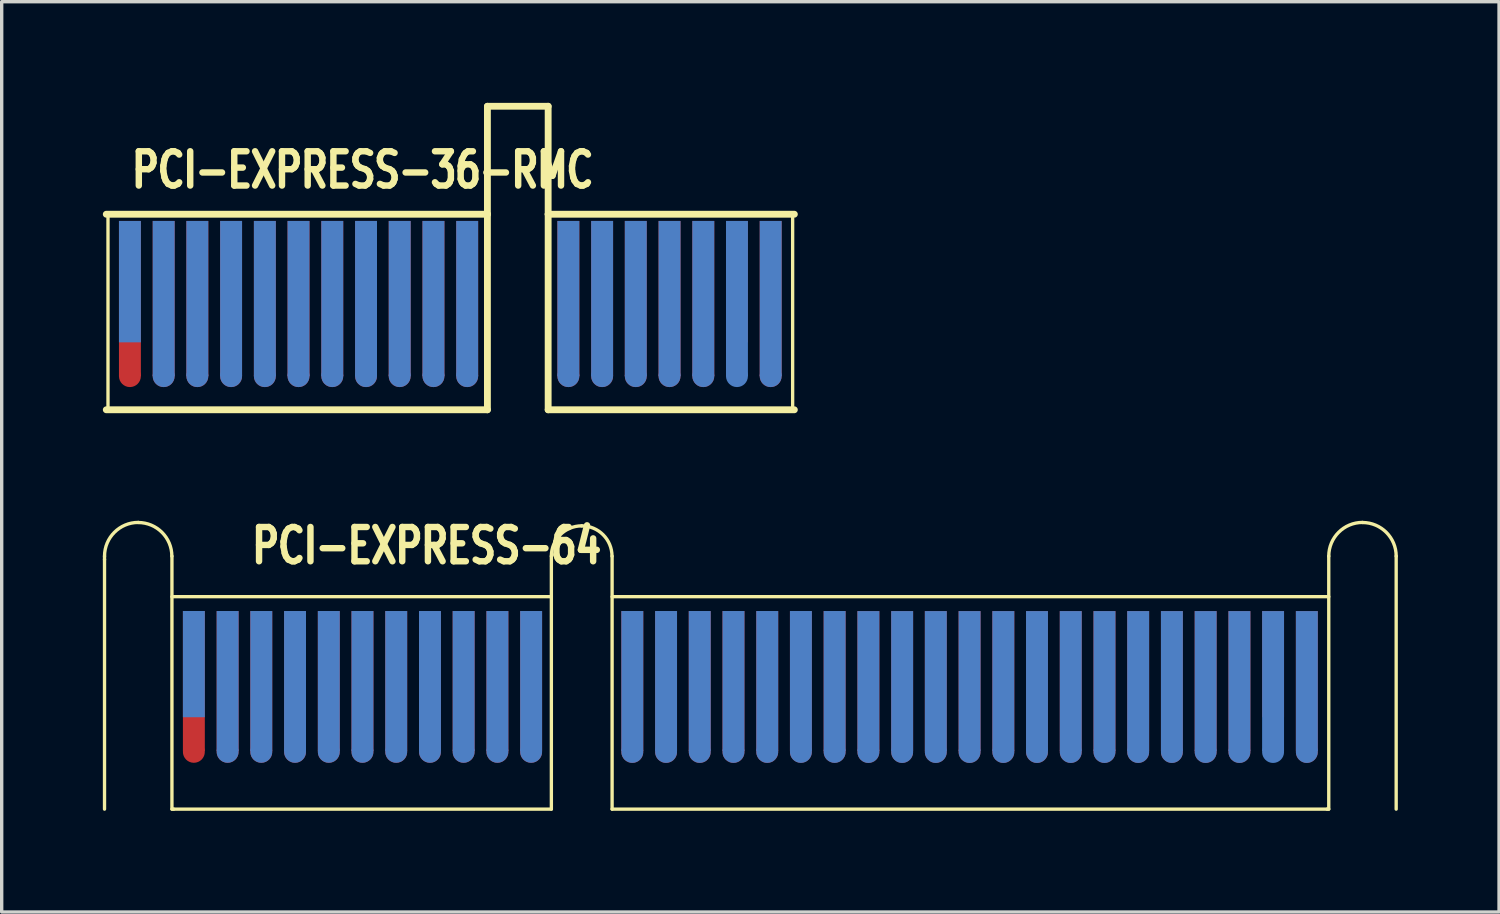
<source format=kicad_pcb>
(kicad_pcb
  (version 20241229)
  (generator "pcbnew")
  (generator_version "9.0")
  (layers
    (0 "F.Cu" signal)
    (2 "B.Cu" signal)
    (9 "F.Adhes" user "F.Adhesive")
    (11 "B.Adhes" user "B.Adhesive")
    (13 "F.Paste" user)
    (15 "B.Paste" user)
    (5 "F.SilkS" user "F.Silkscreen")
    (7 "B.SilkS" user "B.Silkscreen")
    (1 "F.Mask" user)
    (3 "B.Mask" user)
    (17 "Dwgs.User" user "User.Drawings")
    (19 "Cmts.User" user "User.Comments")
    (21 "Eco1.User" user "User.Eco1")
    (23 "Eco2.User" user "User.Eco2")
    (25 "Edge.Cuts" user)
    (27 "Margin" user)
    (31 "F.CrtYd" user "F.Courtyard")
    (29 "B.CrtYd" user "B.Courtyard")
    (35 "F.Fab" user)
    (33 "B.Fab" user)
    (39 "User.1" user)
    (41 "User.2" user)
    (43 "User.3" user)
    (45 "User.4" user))
  (footprint "PCI-EXPRESS-36-RMC"
    (layer "F.Cu")
    (at 12.151 5.801)
    (property "Reference" "PCI-EXPRESS-36-RMC" (at -4.445 -3.81 0) (layer "F.SilkS") (effects (font (size 1.016 0.762) (thickness 0.191))))
    (attr through_hole)
    (fp_line (start -12.05 -2.499) (end -0.749 -2.499) (stroke (width 0.203) (type solid)) (layer "F.SilkS"))
    (fp_line (start -11.999 3.299) (end -11.999 -2.499) (stroke (width 0.099) (type solid)) (layer "F.SilkS"))
    (fp_line (start -0.749 -5.7) (end 1.052 -5.7) (stroke (width 0.203) (type solid)) (layer "F.SilkS"))
    (fp_line (start -0.749 -2.499) (end -0.749 -5.7) (stroke (width 0.203) (type solid)) (layer "F.SilkS"))
    (fp_line (start -0.749 -2.499) (end -0.749 3.299) (stroke (width 0.203) (type solid)) (layer "F.SilkS"))
    (fp_line (start -0.749 3.299) (end -12.05 3.299) (stroke (width 0.203) (type solid)) (layer "F.SilkS"))
    (fp_line (start 1.052 -5.7) (end 1.052 -2.499) (stroke (width 0.203) (type solid)) (layer "F.SilkS"))
    (fp_line (start 1.052 -2.499) (end 1.052 3.299) (stroke (width 0.203) (type solid)) (layer "F.SilkS"))
    (fp_line (start 1.052 3.299) (end 8.352 3.299) (stroke (width 0.203) (type solid)) (layer "F.SilkS"))
    (fp_line (start 8.301 3.299) (end 8.301 -2.499) (stroke (width 0.099) (type solid)) (layer "F.SilkS"))
    (fp_line (start 8.352 -2.499) (end 1.052 -2.499) (stroke (width 0.203) (type solid)) (layer "F.SilkS"))
    (pad "" connect circle (at -11.349 2.301) (size 0.65 0.65) (layers "F.Cu" "F.Mask"))
    (pad "" connect circle (at -10.348 2.301) (size 0.65 0.65) (layers "F.Cu" "F.Mask"))
    (pad "" connect oval (at -10.348 2.301 90) (size 0.65 0.65) (layers "B.Cu" "B.Mask"))
    (pad "" connect circle (at -9.35 2.301) (size 0.65 0.65) (layers "F.Cu" "F.Mask"))
    (pad "" connect oval (at -9.35 2.301 90) (size 0.65 0.65) (layers "B.Cu" "B.Mask"))
    (pad "" connect circle (at -8.349 2.301) (size 0.65 0.65) (layers "F.Cu" "F.Mask"))
    (pad "" connect oval (at -8.349 2.301 90) (size 0.65 0.65) (layers "B.Cu" "B.Mask"))
    (pad "" connect circle (at -7.348 2.301) (size 0.65 0.65) (layers "F.Cu" "F.Mask"))
    (pad "" connect oval (at -7.348 2.301 90) (size 0.65 0.65) (layers "B.Cu" "B.Mask"))
    (pad "" connect circle (at -6.35 2.301) (size 0.65 0.65) (layers "F.Cu" "F.Mask"))
    (pad "" connect oval (at -6.35 2.301 90) (size 0.65 0.65) (layers "B.Cu" "B.Mask"))
    (pad "" connect circle (at -5.349 2.301) (size 0.65 0.65) (layers "F.Cu" "F.Mask"))
    (pad "" connect oval (at -5.349 2.301 90) (size 0.65 0.65) (layers "B.Cu" "B.Mask"))
    (pad "" connect circle (at -4.348 2.301) (size 0.65 0.65) (layers "F.Cu" "F.Mask"))
    (pad "" connect oval (at -4.348 2.301 90) (size 0.65 0.65) (layers "B.Cu" "B.Mask"))
    (pad "" connect circle (at -3.35 2.301) (size 0.65 0.65) (layers "F.Cu" "F.Mask"))
    (pad "" connect oval (at -3.35 2.301 90) (size 0.65 0.65) (layers "B.Cu" "B.Mask"))
    (pad "" connect circle (at -2.349 2.301) (size 0.65 0.65) (layers "F.Cu" "F.Mask"))
    (pad "" connect oval (at -2.349 2.301 90) (size 0.65 0.65) (layers "B.Cu" "B.Mask"))
    (pad "" connect circle (at -1.349 2.301) (size 0.65 0.65) (layers "F.Cu" "F.Mask"))
    (pad "" connect oval (at -1.349 2.301 90) (size 0.65 0.65) (layers "B.Cu" "B.Mask"))
    (pad "" connect circle (at 1.651 2.301) (size 0.65 0.65) (layers "F.Cu" "F.Mask"))
    (pad "" connect oval (at 1.651 2.301 90) (size 0.65 0.65) (layers "B.Cu" "B.Mask"))
    (pad "" connect circle (at 2.652 2.301) (size 0.65 0.65) (layers "F.Cu" "F.Mask"))
    (pad "" connect oval (at 2.652 2.301 90) (size 0.65 0.65) (layers "B.Cu" "B.Mask"))
    (pad "" connect circle (at 3.65 2.301) (size 0.65 0.65) (layers "F.Cu" "F.Mask"))
    (pad "" connect oval (at 3.65 2.301 90) (size 0.65 0.65) (layers "B.Cu" "B.Mask"))
    (pad "" connect circle (at 4.651 2.301) (size 0.65 0.65) (layers "F.Cu" "F.Mask"))
    (pad "" connect oval (at 4.651 2.301 90) (size 0.65 0.65) (layers "B.Cu" "B.Mask"))
    (pad "" connect circle (at 5.652 2.301) (size 0.65 0.65) (layers "F.Cu" "F.Mask"))
    (pad "" connect oval (at 5.652 2.301 90) (size 0.65 0.65) (layers "B.Cu" "B.Mask"))
    (pad "" connect oval (at 6.65 2.301 90) (size 0.65 0.65) (layers "B.Cu" "B.Mask"))
    (pad "" connect circle (at 7.65 2.301) (size 0.65 0.65) (layers "F.Cu" "F.Mask"))
    (pad "" connect oval (at 7.65 2.301 90) (size 0.65 0.65) (layers "B.Cu" "B.Mask"))
    (pad "A1" connect rect (at -11.349 -0.5) (size 0.65 3.599) (layers "B.Cu" "B.Mask"))
    (pad "A2" connect rect (at -10.348 0) (size 0.65 4.6) (layers "B.Cu" "B.Mask"))
    (pad "A3" connect rect (at -9.35 0) (size 0.65 4.6) (layers "B.Cu" "B.Mask"))
    (pad "A4" connect rect (at -8.349 0) (size 0.65 4.6) (layers "B.Cu" "B.Mask"))
    (pad "A5" connect rect (at -7.348 0) (size 0.65 4.6) (layers "B.Cu" "B.Mask"))
    (pad "A6" connect rect (at -6.35 0) (size 0.65 4.6) (layers "B.Cu" "B.Mask"))
    (pad "A7" connect rect (at -5.349 0) (size 0.65 4.6) (layers "B.Cu" "B.Mask"))
    (pad "A8" connect rect (at -4.348 0) (size 0.65 4.6) (layers "B.Cu" "B.Mask"))
    (pad "A9" connect rect (at -3.35 0) (size 0.65 4.6) (layers "B.Cu" "B.Mask"))
    (pad "A10" connect rect (at -2.349 0) (size 0.65 4.6) (layers "B.Cu" "B.Mask"))
    (pad "A11" connect rect (at -1.349 0) (size 0.65 4.6) (layers "B.Cu" "B.Mask"))
    (pad "A12" connect rect (at 1.651 0) (size 0.65 4.6) (layers "B.Cu" "B.Mask"))
    (pad "A13" connect rect (at 2.652 0) (size 0.65 4.6) (layers "B.Cu" "B.Mask"))
    (pad "A14" connect rect (at 3.65 0) (size 0.65 4.6) (layers "B.Cu" "B.Mask"))
    (pad "A15" connect rect (at 4.651 0) (size 0.65 4.6) (layers "B.Cu" "B.Mask"))
    (pad "A16" connect rect (at 5.652 0) (size 0.65 4.6) (layers "B.Cu" "B.Mask"))
    (pad "A17" connect rect (at 6.65 0) (size 0.65 4.6) (layers "B.Cu" "B.Mask"))
    (pad "A18" connect rect (at 7.65 0) (size 0.65 4.6) (layers "B.Cu" "B.Mask"))
    (pad "B1" connect rect (at -11.349 0) (size 0.65 4.6) (layers "F.Cu" "B.Mask"))
    (pad "B2" connect rect (at -10.348 0) (size 0.65 4.6) (layers "F.Cu" "B.Mask"))
    (pad "B3" connect rect (at -9.35 0) (size 0.65 4.6) (layers "F.Cu" "B.Mask"))
    (pad "B4" connect rect (at -8.349 0) (size 0.65 4.6) (layers "F.Cu" "B.Mask"))
    (pad "B5" connect rect (at -7.348 0) (size 0.65 4.6) (layers "F.Cu" "B.Mask"))
    (pad "B6" connect rect (at -6.35 0) (size 0.65 4.6) (layers "F.Cu" "B.Mask"))
    (pad "B7" connect rect (at -5.349 0) (size 0.65 4.6) (layers "F.Cu" "B.Mask"))
    (pad "B8" connect rect (at -4.348 0) (size 0.65 4.6) (layers "F.Cu" "B.Mask"))
    (pad "B9" connect rect (at -3.35 0) (size 0.65 4.6) (layers "F.Cu" "B.Mask"))
    (pad "B10" connect rect (at -2.349 0) (size 0.65 4.6) (layers "F.Cu" "B.Mask"))
    (pad "B11" connect rect (at -1.349 0) (size 0.65 4.6) (layers "F.Cu" "B.Mask"))
    (pad "B12" connect rect (at 1.651 0) (size 0.65 4.6) (layers "F.Cu" "B.Mask"))
    (pad "B13" connect rect (at 2.652 0) (size 0.65 4.6) (layers "F.Cu" "B.Mask"))
    (pad "B14" connect rect (at 3.65 0) (size 0.65 4.6) (layers "F.Cu" "B.Mask"))
    (pad "B15" connect rect (at 4.651 0) (size 0.65 4.6) (layers "F.Cu" "B.Mask"))
    (pad "B16" connect rect (at 5.652 0) (size 0.65 4.6) (layers "F.Cu" "B.Mask"))
    (pad "B17" connect rect (at 6.65 -0.5) (size 0.65 3.599) (layers "F.Cu" "B.Mask"))
    (pad "B18" connect rect (at 7.65 0) (size 0.65 4.6) (layers "F.Cu" "B.Mask")))
  (footprint "PCI-EXPRESS-64"
    (layer "F.Cu")
    (at 14.047 16.941)
    (property "Reference" "PCI-EXPRESS-64" (at -4.445 -3.81 0) (layer "F.SilkS") (effects (font (size 1.016 0.762) (thickness 0.191))))
    (attr through_hole)
    (fp_line (start -13.998 -3.399) (end -13.998 -3.5) (stroke (width 0.099) (type solid)) (layer "F.SilkS"))
    (fp_line (start -13.998 4) (end -13.998 -3.399) (stroke (width 0.099) (type solid)) (layer "F.SilkS"))
    (fp_line (start -11.999 -2.299) (end -11.999 -3.5) (stroke (width 0.099) (type solid)) (layer "F.SilkS"))
    (fp_line (start -11.999 4) (end -11.999 -2.299) (stroke (width 0.099) (type solid)) (layer "F.SilkS"))
    (fp_line (start -11.999 4) (end -11.948 4) (stroke (width 0.099) (type solid)) (layer "F.SilkS"))
    (fp_line (start -11.948 -2.299) (end -0.749 -2.299) (stroke (width 0.099) (type solid)) (layer "F.SilkS"))
    (fp_line (start -11.948 4) (end -0.749 4) (stroke (width 0.099) (type solid)) (layer "F.SilkS"))
    (fp_line (start -0.749 -3.5) (end -0.749 4) (stroke (width 0.099) (type solid)) (layer "F.SilkS"))
    (fp_line (start 1.052 -3.5) (end 1.052 4) (stroke (width 0.099) (type solid)) (layer "F.SilkS"))
    (fp_line (start 1.052 4) (end 22.25 4) (stroke (width 0.099) (type solid)) (layer "F.SilkS"))
    (fp_line (start 22.25 -2.299) (end 1.052 -2.299) (stroke (width 0.099) (type solid)) (layer "F.SilkS"))
    (fp_line (start 22.301 -2.299) (end 22.301 -3.5) (stroke (width 0.099) (type solid)) (layer "F.SilkS"))
    (fp_line (start 22.301 4) (end 22.25 4) (stroke (width 0.099) (type solid)) (layer "F.SilkS"))
    (fp_line (start 22.301 4) (end 22.301 -2.299) (stroke (width 0.099) (type solid)) (layer "F.SilkS"))
    (fp_line (start 24.3 4) (end 24.3 -3.5) (stroke (width 0.099) (type solid)) (layer "F.SilkS"))
    (fp_arc (start -13.99794 -3.50012) (mid -13.704824 -4.207764) (end -12.99718 -4.50088) (stroke (width 0.09906) (type solid)) (layer "F.SilkS"))
    (fp_arc (start -12.99972 -4.49834) (mid -12.293872 -4.205968) (end -12.0015 -3.50012) (stroke (width 0.09906) (type solid)) (layer "F.SilkS"))
    (fp_arc (start -0.7493 -3.50012) (mid -0.485942 -4.135922) (end 0.14986 -4.39928) (stroke (width 0.09906) (type solid)) (layer "F.SilkS"))
    (fp_arc (start 0.14986 -4.39928) (mid 0.785662 -4.135922) (end 1.04902 -3.50012) (stroke (width 0.09906) (type solid)) (layer "F.SilkS"))
    (fp_arc (start 22.3012 -3.50012) (mid 22.594316 -4.207764) (end 23.30196 -4.50088) (stroke (width 0.09906) (type solid)) (layer "F.SilkS"))
    (fp_arc (start 23.30196 -4.49834) (mid 24.007808 -4.205968) (end 24.30018 -3.50012) (stroke (width 0.09906) (type solid)) (layer "F.SilkS"))
    (pad "" connect circle (at -11.349 2.301) (size 0.65 0.65) (layers "F.Cu" "F.Mask"))
    (pad "" connect circle (at -10.348 2.301) (size 0.65 0.65) (layers "F.Cu" "F.Mask"))
    (pad "" connect oval (at -10.348 2.301 90) (size 0.65 0.65) (layers "B.Cu" "B.Mask"))
    (pad "" connect circle (at -9.35 2.301) (size 0.65 0.65) (layers "F.Cu" "F.Mask"))
    (pad "" connect oval (at -9.35 2.301 90) (size 0.65 0.65) (layers "B.Cu" "B.Mask"))
    (pad "" connect circle (at -8.349 2.301) (size 0.65 0.65) (layers "F.Cu" "F.Mask"))
    (pad "" connect oval (at -8.349 2.301 90) (size 0.65 0.65) (layers "B.Cu" "B.Mask"))
    (pad "" connect circle (at -7.348 2.301) (size 0.65 0.65) (layers "F.Cu" "F.Mask"))
    (pad "" connect oval (at -7.348 2.301 90) (size 0.65 0.65) (layers "B.Cu" "B.Mask"))
    (pad "" connect circle (at -6.35 2.301) (size 0.65 0.65) (layers "F.Cu" "F.Mask"))
    (pad "" connect oval (at -6.35 2.301 90) (size 0.65 0.65) (layers "B.Cu" "B.Mask"))
    (pad "" connect circle (at -5.349 2.301) (size 0.65 0.65) (layers "F.Cu" "F.Mask"))
    (pad "" connect oval (at -5.349 2.301 90) (size 0.65 0.65) (layers "B.Cu" "B.Mask"))
    (pad "" connect circle (at -4.348 2.301) (size 0.65 0.65) (layers "F.Cu" "F.Mask"))
    (pad "" connect oval (at -4.348 2.301 90) (size 0.65 0.65) (layers "B.Cu" "B.Mask"))
    (pad "" connect circle (at -3.35 2.301) (size 0.65 0.65) (layers "F.Cu" "F.Mask"))
    (pad "" connect oval (at -3.35 2.301 90) (size 0.65 0.65) (layers "B.Cu" "B.Mask"))
    (pad "" connect circle (at -2.349 2.301) (size 0.65 0.65) (layers "F.Cu" "F.Mask"))
    (pad "" connect oval (at -2.349 2.301 90) (size 0.65 0.65) (layers "B.Cu" "B.Mask"))
    (pad "" connect circle (at -1.349 2.301) (size 0.65 0.65) (layers "F.Cu" "F.Mask"))
    (pad "" connect oval (at -1.349 2.301 90) (size 0.65 0.65) (layers "B.Cu" "B.Mask"))
    (pad "" connect circle (at 1.651 2.304) (size 0.65 0.65) (layers "F.Cu" "F.Mask"))
    (pad "" connect oval (at 1.651 2.304 90) (size 0.65 0.65) (layers "B.Cu" "B.Mask"))
    (pad "" connect circle (at 2.652 2.304) (size 0.65 0.65) (layers "F.Cu" "F.Mask"))
    (pad "" connect oval (at 2.652 2.304 90) (size 0.65 0.65) (layers "B.Cu" "B.Mask"))
    (pad "" connect circle (at 3.65 2.304) (size 0.65 0.65) (layers "F.Cu" "F.Mask"))
    (pad "" connect oval (at 3.65 2.304 90) (size 0.65 0.65) (layers "B.Cu" "B.Mask"))
    (pad "" connect circle (at 4.651 2.304) (size 0.65 0.65) (layers "F.Cu" "F.Mask"))
    (pad "" connect oval (at 4.651 2.304 90) (size 0.65 0.65) (layers "B.Cu" "B.Mask"))
    (pad "" connect circle (at 5.652 2.304) (size 0.65 0.65) (layers "F.Cu" "F.Mask"))
    (pad "" connect oval (at 5.652 2.304 90) (size 0.65 0.65) (layers "B.Cu" "B.Mask"))
    (pad "" connect circle (at 6.65 2.301) (size 0.65 0.65) (layers "F.Cu" "F.Mask"))
    (pad "" connect oval (at 6.65 2.304 90) (size 0.65 0.65) (layers "B.Cu" "B.Mask"))
    (pad "" connect circle (at 7.65 2.301) (size 0.65 0.65) (layers "F.Cu" "F.Mask"))
    (pad "" connect oval (at 7.65 2.304 90) (size 0.65 0.65) (layers "B.Cu" "B.Mask"))
    (pad "" connect oval (at 8.651 2.304 90) (size 0.65 0.65) (layers "F.Cu" "B.Mask"))
    (pad "" connect oval (at 8.651 2.306 90) (size 0.65 0.65) (layers "B.Cu" "B.Mask"))
    (pad "" connect oval (at 9.652 2.304 180) (size 0.65 0.65) (layers "F.Cu" "B.Mask"))
    (pad "" connect oval (at 9.652 2.306 90) (size 0.65 0.65) (layers "B.Cu" "B.Mask"))
    (pad "" connect oval (at 10.65 2.304 180) (size 0.65 0.65) (layers "F.Cu" "B.Mask"))
    (pad "" connect oval (at 10.65 2.306 90) (size 0.65 0.65) (layers "B.Cu" "B.Mask"))
    (pad "" connect oval (at 11.651 2.304 180) (size 0.65 0.65) (layers "F.Cu" "B.Mask"))
    (pad "" connect oval (at 11.651 2.306 90) (size 0.65 0.65) (layers "B.Cu" "B.Mask"))
    (pad "" connect oval (at 12.652 2.304 180) (size 0.65 0.65) (layers "F.Cu" "B.Mask"))
    (pad "" connect oval (at 12.652 2.306 90) (size 0.65 0.65) (layers "B.Cu" "B.Mask"))
    (pad "" connect oval (at 13.65 2.306 180) (size 0.65 0.65) (layers "F.Cu" "B.Mask"))
    (pad "" connect oval (at 13.65 2.306 90) (size 0.65 0.65) (layers "B.Cu" "B.Mask"))
    (pad "" connect oval (at 14.651 2.304 180) (size 0.65 0.65) (layers "F.Cu" "B.Mask"))
    (pad "" connect oval (at 14.651 2.306 90) (size 0.65 0.65) (layers "B.Cu" "B.Mask"))
    (pad "" connect oval (at 15.651 2.304 180) (size 0.65 0.65) (layers "F.Cu" "B.Mask"))
    (pad "" connect oval (at 15.651 2.306 90) (size 0.65 0.65) (layers "B.Cu" "B.Mask"))
    (pad "" connect oval (at 16.65 2.304 180) (size 0.65 0.65) (layers "F.Cu" "B.Mask"))
    (pad "" connect oval (at 16.65 2.306 90) (size 0.65 0.65) (layers "B.Cu" "B.Mask"))
    (pad "" connect oval (at 17.65 2.304 180) (size 0.65 0.65) (layers "F.Cu" "B.Mask"))
    (pad "" connect oval (at 17.65 2.306 90) (size 0.65 0.65) (layers "B.Cu" "B.Mask"))
    (pad "" connect oval (at 18.651 2.304 180) (size 0.65 0.65) (layers "F.Cu" "B.Mask"))
    (pad "" connect oval (at 18.651 2.306 90) (size 0.65 0.65) (layers "B.Cu" "B.Mask"))
    (pad "" connect oval (at 19.652 2.304 180) (size 0.65 0.65) (layers "F.Cu" "B.Mask"))
    (pad "" connect oval (at 19.652 2.306 90) (size 0.65 0.65) (layers "B.Cu" "B.Mask"))
    (pad "" connect oval (at 20.65 2.306 90) (size 0.65 0.65) (layers "B.Cu" "B.Mask"))
    (pad "" connect oval (at 21.651 2.304 180) (size 0.65 0.65) (layers "F.Cu" "B.Mask"))
    (pad "" connect oval (at 21.651 2.306 90) (size 0.65 0.65) (layers "B.Cu" "B.Mask"))
    (pad "A1" connect rect (at -11.349 -0.3) (size 0.65 3.15) (layers "B.Cu" "B.Mask"))
    (pad "A2" connect rect (at -10.348 0.201) (size 0.65 4.15) (layers "B.Cu" "B.Mask"))
    (pad "A3" connect rect (at -9.35 0.201) (size 0.65 4.15) (layers "B.Cu" "B.Mask"))
    (pad "A4" connect rect (at -8.349 0.201) (size 0.65 4.15) (layers "B.Cu" "B.Mask"))
    (pad "A5" connect rect (at -7.348 0.201) (size 0.65 4.15) (layers "B.Cu" "B.Mask"))
    (pad "A6" connect rect (at -6.35 0.201) (size 0.65 4.15) (layers "B.Cu" "B.Mask"))
    (pad "A7" connect rect (at -5.349 0.201) (size 0.65 4.15) (layers "B.Cu" "B.Mask"))
    (pad "A8" connect rect (at -4.348 0.201) (size 0.65 4.15) (layers "B.Cu" "B.Mask"))
    (pad "A9" connect rect (at -3.35 0.201) (size 0.65 4.15) (layers "B.Cu" "B.Mask"))
    (pad "A10" connect rect (at -2.349 0.201) (size 0.65 4.15) (layers "B.Cu" "B.Mask"))
    (pad "A11" connect rect (at -1.349 0.201) (size 0.65 4.15) (layers "B.Cu" "B.Mask"))
    (pad "A12" connect rect (at 1.651 0.201) (size 0.65 4.15) (layers "B.Cu" "B.Mask"))
    (pad "A13" connect rect (at 2.652 0.201) (size 0.65 4.15) (layers "B.Cu" "B.Mask"))
    (pad "A14" connect rect (at 3.65 0.201) (size 0.65 4.15) (layers "B.Cu" "B.Mask"))
    (pad "A15" connect rect (at 4.651 0.201) (size 0.65 4.15) (layers "B.Cu" "B.Mask"))
    (pad "A16" connect rect (at 5.652 0.201) (size 0.65 4.15) (layers "B.Cu" "B.Mask"))
    (pad "A17" connect rect (at 6.65 0.201) (size 0.65 4.15) (layers "B.Cu" "B.Mask"))
    (pad "A18" connect rect (at 7.65 0.201) (size 0.65 4.15) (layers "B.Cu" "B.Mask"))
    (pad "A19" connect rect (at 8.651 0.203) (size 0.65 4.15) (layers "B.Cu" "B.Mask"))
    (pad "A20" connect rect (at 9.652 0.203) (size 0.65 4.15) (layers "B.Cu" "B.Mask"))
    (pad "A21" connect rect (at 10.65 0.203) (size 0.65 4.15) (layers "B.Cu" "B.Mask"))
    (pad "A22" connect rect (at 11.651 0.203) (size 0.65 4.15) (layers "B.Cu" "B.Mask"))
    (pad "A23" connect rect (at 12.652 0.203) (size 0.65 4.15) (layers "B.Cu" "B.Mask"))
    (pad "A24" connect rect (at 13.65 0.203) (size 0.65 4.15) (layers "B.Cu" "B.Mask"))
    (pad "A25" connect rect (at 14.651 0.203) (size 0.65 4.15) (layers "B.Cu" "B.Mask"))
    (pad "A26" connect rect (at 15.651 0.203) (size 0.65 4.15) (layers "B.Cu" "B.Mask"))
    (pad "A27" connect rect (at 16.65 0.203) (size 0.65 4.15) (layers "B.Cu" "B.Mask"))
    (pad "A28" connect rect (at 17.65 0.203) (size 0.65 4.15) (layers "B.Cu" "B.Mask"))
    (pad "A29" connect rect (at 18.651 0.203) (size 0.65 4.15) (layers "B.Cu" "B.Mask"))
    (pad "A30" connect rect (at 19.652 0.203) (size 0.65 4.15) (layers "B.Cu" "B.Mask"))
    (pad "A31" connect rect (at 20.65 0.203) (size 0.65 4.15) (layers "B.Cu" "B.Mask"))
    (pad "A32" connect rect (at 21.651 0.203) (size 0.65 4.15) (layers "B.Cu" "B.Mask"))
    (pad "B1" connect rect (at -11.349 0.201) (size 0.65 4.15) (layers "F.Cu" "B.Mask"))
    (pad "B2" connect rect (at -10.348 0.201) (size 0.65 4.15) (layers "F.Cu" "B.Mask"))
    (pad "B3" connect rect (at -9.35 0.201) (size 0.65 4.15) (layers "F.Cu" "B.Mask"))
    (pad "B4" connect rect (at -8.349 0.201) (size 0.65 4.15) (layers "F.Cu" "B.Mask"))
    (pad "B5" connect rect (at -7.348 0.201) (size 0.65 4.15) (layers "F.Cu" "B.Mask"))
    (pad "B6" connect rect (at -6.35 0.201) (size 0.65 4.15) (layers "F.Cu" "B.Mask"))
    (pad "B7" connect rect (at -5.349 0.201) (size 0.65 4.15) (layers "F.Cu" "B.Mask"))
    (pad "B8" connect rect (at -4.348 0.201) (size 0.65 4.15) (layers "F.Cu" "B.Mask"))
    (pad "B9" connect rect (at -3.35 0.201) (size 0.65 4.15) (layers "F.Cu" "B.Mask"))
    (pad "B10" connect rect (at -2.349 0.201) (size 0.65 4.15) (layers "F.Cu" "B.Mask"))
    (pad "B11" connect rect (at -1.349 0.201) (size 0.65 4.15) (layers "F.Cu" "B.Mask"))
    (pad "B12" connect rect (at 1.651 0.201) (size 0.65 4.15) (layers "F.Cu" "B.Mask"))
    (pad "B13" connect rect (at 2.652 0.201) (size 0.65 4.15) (layers "F.Cu" "B.Mask"))
    (pad "B14" connect rect (at 3.65 0.201) (size 0.65 4.15) (layers "F.Cu" "B.Mask"))
    (pad "B15" connect rect (at 4.651 0.201) (size 0.65 4.15) (layers "F.Cu" "B.Mask"))
    (pad "B16" connect rect (at 5.652 0.201) (size 0.65 4.15) (layers "F.Cu" "B.Mask"))
    (pad "B17" connect rect (at 6.65 0.201) (size 0.65 4.15) (layers "F.Cu" "B.Mask"))
    (pad "B18" connect rect (at 7.65 0.201) (size 0.65 4.15) (layers "F.Cu" "B.Mask"))
    (pad "B19" connect rect (at 8.651 0.201) (size 0.65 4.15) (layers "F.Cu" "B.Mask"))
    (pad "B20" connect rect (at 9.652 0.201) (size 0.65 4.15) (layers "F.Cu" "B.Mask"))
    (pad "B21" connect rect (at 10.65 0.201) (size 0.65 4.15) (layers "F.Cu" "B.Mask"))
    (pad "B22" connect rect (at 11.651 0.201) (size 0.65 4.15) (layers "F.Cu" "B.Mask"))
    (pad "B23" connect rect (at 12.652 0.201) (size 0.65 4.15) (layers "F.Cu" "B.Mask"))
    (pad "B24" connect rect (at 13.65 0.201) (size 0.65 4.15) (layers "F.Cu" "B.Mask"))
    (pad "B25" connect rect (at 14.651 0.201) (size 0.65 4.15) (layers "F.Cu" "B.Mask"))
    (pad "B26" connect rect (at 15.651 0.201) (size 0.65 4.15) (layers "F.Cu" "B.Mask"))
    (pad "B27" connect rect (at 16.65 0.201) (size 0.65 4.15) (layers "F.Cu" "B.Mask"))
    (pad "B28" connect rect (at 17.65 0.201) (size 0.65 4.15) (layers "F.Cu" "B.Mask"))
    (pad "B29" connect rect (at 18.651 0.201) (size 0.65 4.15) (layers "F.Cu" "B.Mask"))
    (pad "B30" connect rect (at 19.652 0.201) (size 0.65 4.15) (layers "F.Cu" "B.Mask"))
    (pad "B31" connect rect (at 20.65 -0.3) (size 0.65 3.15) (layers "F.Cu" "B.Mask"))
    (pad "B32" connect rect (at 21.651 0.201) (size 0.65 4.15) (layers "F.Cu" "B.Mask")))
  (gr_rect
    (start -3 -3)
    (end 41.397 23.991)
    (stroke (width 0.1) (type default))
    (fill no)
    (layer "Edge.Cuts")))
</source>
